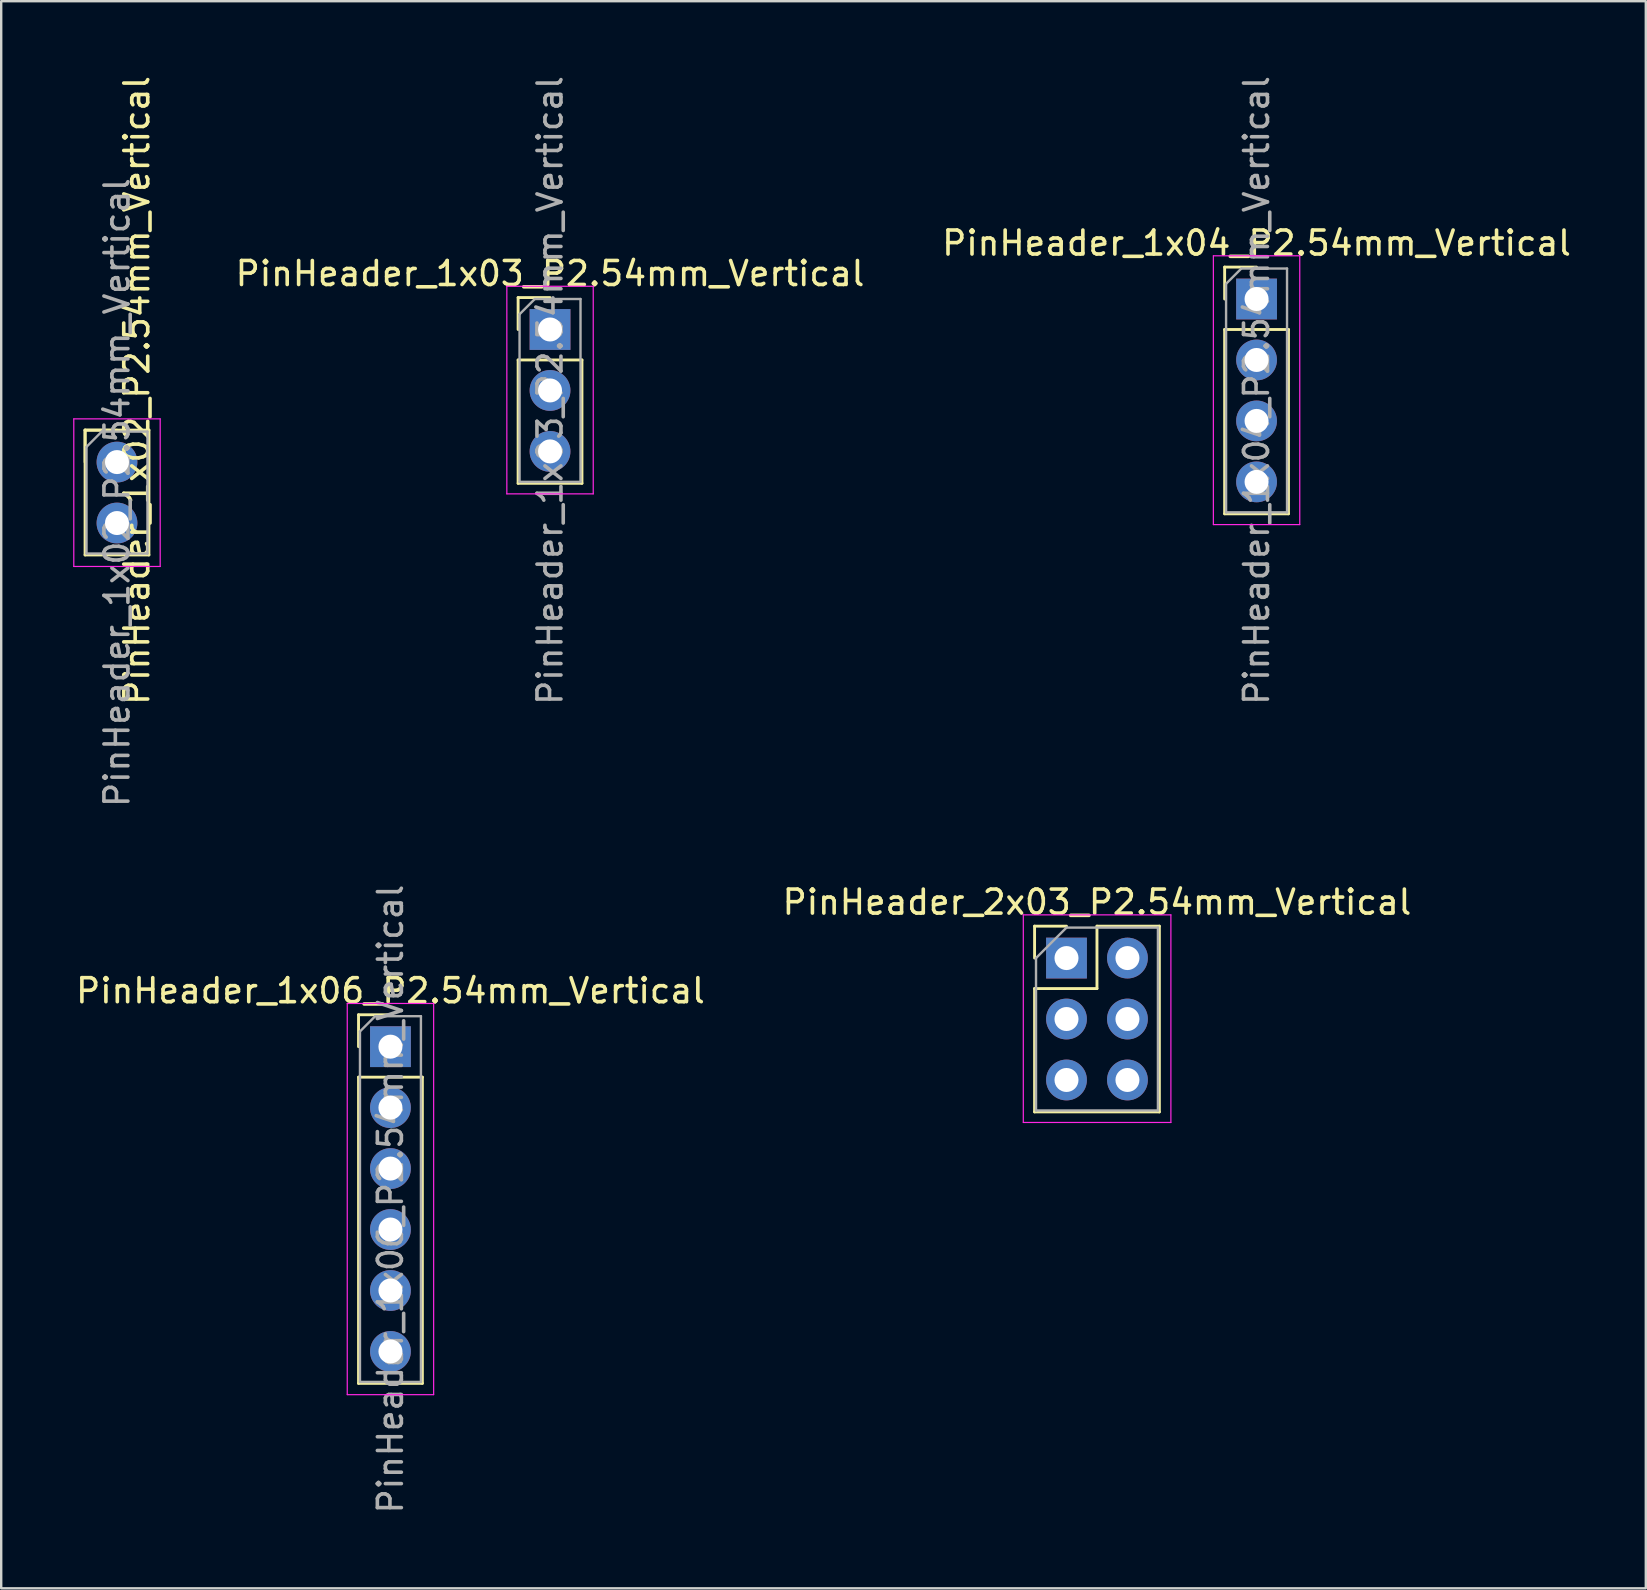
<source format=kicad_pcb>
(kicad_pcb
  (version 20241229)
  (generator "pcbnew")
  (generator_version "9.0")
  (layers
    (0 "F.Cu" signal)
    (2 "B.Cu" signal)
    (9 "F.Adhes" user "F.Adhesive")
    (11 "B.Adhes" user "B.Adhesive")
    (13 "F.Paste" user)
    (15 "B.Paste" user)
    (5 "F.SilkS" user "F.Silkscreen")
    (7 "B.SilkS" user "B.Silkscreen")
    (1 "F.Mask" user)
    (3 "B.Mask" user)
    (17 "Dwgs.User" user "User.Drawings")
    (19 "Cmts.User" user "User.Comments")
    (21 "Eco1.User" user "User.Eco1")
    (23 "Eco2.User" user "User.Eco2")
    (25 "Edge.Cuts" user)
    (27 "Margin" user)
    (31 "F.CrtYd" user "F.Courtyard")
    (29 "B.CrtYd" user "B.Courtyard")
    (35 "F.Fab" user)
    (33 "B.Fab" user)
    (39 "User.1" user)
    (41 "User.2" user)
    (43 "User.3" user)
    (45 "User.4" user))
  (footprint "PinHeader_1x02_P2.54mm_Vertical"
    (layer "F.Cu")
    (at 1.825 16.205)
    (property "Reference" "PinHeader_1x02_P2.54mm_Vertical" (at 0.826 -2.985 270) (layer "F.SilkS") (effects (font (size 1 1) (thickness 0.15))))
    (attr through_hole)
    (fp_line (start -1.33 -1.333) (end -1.33 3.87) (stroke (width 0.12) (type solid)) (layer "F.SilkS"))
    (fp_line (start -1.33 -1.333) (end 1.33 -1.333) (stroke (width 0.12) (type solid)) (layer "F.SilkS"))
    (fp_line (start -1.33 -1.33) (end 0 -1.33) (stroke (width 0.12) (type solid)) (layer "F.SilkS"))
    (fp_line (start -1.33 0) (end -1.33 -1.33) (stroke (width 0.12) (type solid)) (layer "F.SilkS"))
    (fp_line (start -1.33 3.87) (end 1.33 3.87) (stroke (width 0.12) (type solid)) (layer "F.SilkS"))
    (fp_line (start 1.333 -1.333) (end 1.33 3.87) (stroke (width 0.12) (type solid)) (layer "F.SilkS"))
    (fp_line (start -1.8 -1.8) (end -1.8 4.35) (stroke (width 0.05) (type solid)) (layer "F.CrtYd"))
    (fp_line (start -1.8 4.35) (end 1.8 4.35) (stroke (width 0.05) (type solid)) (layer "F.CrtYd"))
    (fp_line (start 1.8 -1.8) (end -1.8 -1.8) (stroke (width 0.05) (type solid)) (layer "F.CrtYd"))
    (fp_line (start 1.8 4.35) (end 1.8 -1.8) (stroke (width 0.05) (type solid)) (layer "F.CrtYd"))
    (fp_line (start -1.27 -0.635) (end -0.635 -1.27) (stroke (width 0.1) (type solid)) (layer "F.Fab"))
    (fp_line (start -1.27 3.81) (end -1.27 -0.635) (stroke (width 0.1) (type solid)) (layer "F.Fab"))
    (fp_line (start -0.635 -1.27) (end 1.27 -1.27) (stroke (width 0.1) (type solid)) (layer "F.Fab"))
    (fp_line (start 1.27 -1.27) (end 1.27 3.81) (stroke (width 0.1) (type solid)) (layer "F.Fab"))
    (fp_line (start 1.27 3.81) (end -1.27 3.81) (stroke (width 0.1) (type solid)) (layer "F.Fab"))
    (fp_text user "${REFERENCE}" (at 0 1.27 90) (layer "F.Fab") (effects (font (size 1 1) (thickness 0.15))))
    (pad "1" thru_hole circle (at 0 0) (size 1.7 1.7) (drill 1) (layers "*.Cu" "*.Mask"))
    (pad "2" thru_hole oval (at 0 2.54) (size 1.7 1.7) (drill 1) (layers "*.Cu" "*.Mask")))
  (footprint "PinHeader_2x03_P2.54mm_Vertical"
    (layer "F.Cu")
    (at 41.391 36.873)
    (property "Reference" "PinHeader_2x03_P2.54mm_Vertical" (at 1.27 -2.33 180) (layer "F.SilkS") (effects (font (size 1 1) (thickness 0.15))))
    (attr through_hole)
    (fp_line (start -1.33 -1.33) (end 0 -1.33) (stroke (width 0.12) (type solid)) (layer "F.SilkS"))
    (fp_line (start -1.33 0) (end -1.33 -1.33) (stroke (width 0.12) (type solid)) (layer "F.SilkS"))
    (fp_line (start -1.33 1.27) (end -1.33 6.41) (stroke (width 0.12) (type solid)) (layer "F.SilkS"))
    (fp_line (start -1.33 1.27) (end 1.27 1.27) (stroke (width 0.12) (type solid)) (layer "F.SilkS"))
    (fp_line (start -1.33 6.41) (end 3.87 6.41) (stroke (width 0.12) (type solid)) (layer "F.SilkS"))
    (fp_line (start 1.27 -1.33) (end 3.87 -1.33) (stroke (width 0.12) (type solid)) (layer "F.SilkS"))
    (fp_line (start 1.27 1.27) (end 1.27 -1.33) (stroke (width 0.12) (type solid)) (layer "F.SilkS"))
    (fp_line (start 3.87 -1.33) (end 3.87 6.41) (stroke (width 0.12) (type solid)) (layer "F.SilkS"))
    (fp_line (start -1.8 -1.8) (end -1.8 6.85) (stroke (width 0.05) (type solid)) (layer "F.CrtYd"))
    (fp_line (start -1.8 6.85) (end 4.35 6.85) (stroke (width 0.05) (type solid)) (layer "F.CrtYd"))
    (fp_line (start 4.35 -1.8) (end -1.8 -1.8) (stroke (width 0.05) (type solid)) (layer "F.CrtYd"))
    (fp_line (start 4.35 6.85) (end 4.35 -1.8) (stroke (width 0.05) (type solid)) (layer "F.CrtYd"))
    (fp_line (start -1.27 0) (end 0 -1.27) (stroke (width 0.1) (type solid)) (layer "F.Fab"))
    (fp_line (start -1.27 6.35) (end -1.27 0) (stroke (width 0.1) (type solid)) (layer "F.Fab"))
    (fp_line (start 0 -1.27) (end 3.81 -1.27) (stroke (width 0.1) (type solid)) (layer "F.Fab"))
    (fp_line (start 3.81 -1.27) (end 3.81 6.35) (stroke (width 0.1) (type solid)) (layer "F.Fab"))
    (fp_line (start 3.81 6.35) (end -1.27 6.35) (stroke (width 0.1) (type solid)) (layer "F.Fab"))
    (pad "1" thru_hole rect (at 0 0) (size 1.7 1.7) (drill 1) (layers "*.Cu" "*.Mask"))
    (pad "2" thru_hole oval (at 2.54 0) (size 1.7 1.7) (drill 1) (layers "*.Cu" "*.Mask"))
    (pad "3" thru_hole oval (at 0 2.54) (size 1.7 1.7) (drill 1) (layers "*.Cu" "*.Mask"))
    (pad "4" thru_hole oval (at 2.54 2.54) (size 1.7 1.7) (drill 1) (layers "*.Cu" "*.Mask"))
    (pad "5" thru_hole oval (at 0 5.08) (size 1.7 1.7) (drill 1) (layers "*.Cu" "*.Mask"))
    (pad "6" thru_hole oval (at 2.54 5.08) (size 1.7 1.7) (drill 1) (layers "*.Cu" "*.Mask")))
  (footprint "PinHeader_1x03_P2.54mm_Vertical"
    (layer "F.Cu")
    (at 19.87 10.68)
    (property "Reference" "PinHeader_1x03_P2.54mm_Vertical" (at 0 -2.33 0) (layer "F.SilkS") (effects (font (size 1 1) (thickness 0.15))))
    (attr through_hole)
    (fp_line (start -1.33 -1.33) (end 0 -1.33) (stroke (width 0.12) (type solid)) (layer "F.SilkS"))
    (fp_line (start -1.33 0) (end -1.33 -1.33) (stroke (width 0.12) (type solid)) (layer "F.SilkS"))
    (fp_line (start -1.33 1.27) (end -1.33 6.41) (stroke (width 0.12) (type solid)) (layer "F.SilkS"))
    (fp_line (start -1.33 1.27) (end 1.33 1.27) (stroke (width 0.12) (type solid)) (layer "F.SilkS"))
    (fp_line (start -1.33 6.41) (end 1.33 6.41) (stroke (width 0.12) (type solid)) (layer "F.SilkS"))
    (fp_line (start 1.33 1.27) (end 1.33 6.41) (stroke (width 0.12) (type solid)) (layer "F.SilkS"))
    (fp_line (start -1.8 -1.8) (end -1.8 6.85) (stroke (width 0.05) (type solid)) (layer "F.CrtYd"))
    (fp_line (start -1.8 6.85) (end 1.8 6.85) (stroke (width 0.05) (type solid)) (layer "F.CrtYd"))
    (fp_line (start 1.8 -1.8) (end -1.8 -1.8) (stroke (width 0.05) (type solid)) (layer "F.CrtYd"))
    (fp_line (start 1.8 6.85) (end 1.8 -1.8) (stroke (width 0.05) (type solid)) (layer "F.CrtYd"))
    (fp_line (start -1.27 -0.635) (end -0.635 -1.27) (stroke (width 0.1) (type solid)) (layer "F.Fab"))
    (fp_line (start -1.27 6.35) (end -1.27 -0.635) (stroke (width 0.1) (type solid)) (layer "F.Fab"))
    (fp_line (start -0.635 -1.27) (end 1.27 -1.27) (stroke (width 0.1) (type solid)) (layer "F.Fab"))
    (fp_line (start 1.27 -1.27) (end 1.27 6.35) (stroke (width 0.1) (type solid)) (layer "F.Fab"))
    (fp_line (start 1.27 6.35) (end -1.27 6.35) (stroke (width 0.1) (type solid)) (layer "F.Fab"))
    (fp_text user "${REFERENCE}" (at 0 2.54 90) (layer "F.Fab") (effects (font (size 1 1) (thickness 0.15))))
    (pad "1" thru_hole rect (at 0 0) (size 1.7 1.7) (drill 1) (layers "*.Cu" "*.Mask"))
    (pad "2" thru_hole oval (at 0 2.54) (size 1.7 1.7) (drill 1) (layers "*.Cu" "*.Mask"))
    (pad "3" thru_hole oval (at 0 5.08) (size 1.7 1.7) (drill 1) (layers "*.Cu" "*.Mask")))
  (footprint "PinHeader_1x06_P2.54mm_Vertical"
    (layer "F.Cu")
    (at 13.22 40.565)
    (property "Reference" "PinHeader_1x06_P2.54mm_Vertical" (at 0 -2.33 0) (layer "F.SilkS") (effects (font (size 1 1) (thickness 0.15))))
    (attr through_hole)
    (fp_line (start -1.33 -1.33) (end 0 -1.33) (stroke (width 0.12) (type solid)) (layer "F.SilkS"))
    (fp_line (start -1.33 0) (end -1.33 -1.33) (stroke (width 0.12) (type solid)) (layer "F.SilkS"))
    (fp_line (start -1.33 1.27) (end -1.33 14.03) (stroke (width 0.12) (type solid)) (layer "F.SilkS"))
    (fp_line (start -1.33 1.27) (end 1.33 1.27) (stroke (width 0.12) (type solid)) (layer "F.SilkS"))
    (fp_line (start -1.33 14.03) (end 1.33 14.03) (stroke (width 0.12) (type solid)) (layer "F.SilkS"))
    (fp_line (start 1.33 1.27) (end 1.33 14.03) (stroke (width 0.12) (type solid)) (layer "F.SilkS"))
    (fp_line (start -1.8 -1.8) (end -1.8 14.5) (stroke (width 0.05) (type solid)) (layer "F.CrtYd"))
    (fp_line (start -1.8 14.5) (end 1.8 14.5) (stroke (width 0.05) (type solid)) (layer "F.CrtYd"))
    (fp_line (start 1.8 -1.8) (end -1.8 -1.8) (stroke (width 0.05) (type solid)) (layer "F.CrtYd"))
    (fp_line (start 1.8 14.5) (end 1.8 -1.8) (stroke (width 0.05) (type solid)) (layer "F.CrtYd"))
    (fp_line (start -1.27 -0.635) (end -0.635 -1.27) (stroke (width 0.1) (type solid)) (layer "F.Fab"))
    (fp_line (start -1.27 13.97) (end -1.27 -0.635) (stroke (width 0.1) (type solid)) (layer "F.Fab"))
    (fp_line (start -0.635 -1.27) (end 1.27 -1.27) (stroke (width 0.1) (type solid)) (layer "F.Fab"))
    (fp_line (start 1.27 -1.27) (end 1.27 13.97) (stroke (width 0.1) (type solid)) (layer "F.Fab"))
    (fp_line (start 1.27 13.97) (end -1.27 13.97) (stroke (width 0.1) (type solid)) (layer "F.Fab"))
    (fp_text user "${REFERENCE}" (at 0 6.35 90) (layer "F.Fab") (effects (font (size 1 1) (thickness 0.15))))
    (pad "1" thru_hole rect (at 0 0) (size 1.7 1.7) (drill 1) (layers "*.Cu" "*.Mask"))
    (pad "2" thru_hole oval (at 0 2.54) (size 1.7 1.7) (drill 1) (layers "*.Cu" "*.Mask"))
    (pad "3" thru_hole oval (at 0 5.08) (size 1.7 1.7) (drill 1) (layers "*.Cu" "*.Mask"))
    (pad "4" thru_hole oval (at 0 7.62) (size 1.7 1.7) (drill 1) (layers "*.Cu" "*.Mask"))
    (pad "5" thru_hole oval (at 0 10.16) (size 1.7 1.7) (drill 1) (layers "*.Cu" "*.Mask"))
    (pad "6" thru_hole oval (at 0 12.7) (size 1.7 1.7) (drill 1) (layers "*.Cu" "*.Mask")))
  (footprint "PinHeader_1x04_P2.54mm_Vertical"
    (layer "F.Cu")
    (at 49.311 9.41)
    (property "Reference" "PinHeader_1x04_P2.54mm_Vertical" (at 0 -2.33 180) (layer "F.SilkS") (effects (font (size 1 1) (thickness 0.15))))
    (attr through_hole)
    (fp_line (start -1.33 -1.33) (end 0 -1.33) (stroke (width 0.12) (type solid)) (layer "F.SilkS"))
    (fp_line (start -1.33 0) (end -1.33 -1.33) (stroke (width 0.12) (type solid)) (layer "F.SilkS"))
    (fp_line (start -1.33 1.27) (end -1.33 8.95) (stroke (width 0.12) (type solid)) (layer "F.SilkS"))
    (fp_line (start -1.33 1.27) (end 1.33 1.27) (stroke (width 0.12) (type solid)) (layer "F.SilkS"))
    (fp_line (start -1.33 8.95) (end 1.33 8.95) (stroke (width 0.12) (type solid)) (layer "F.SilkS"))
    (fp_line (start 1.33 1.27) (end 1.33 8.95) (stroke (width 0.12) (type solid)) (layer "F.SilkS"))
    (fp_line (start -1.8 -1.8) (end -1.8 9.4) (stroke (width 0.05) (type solid)) (layer "F.CrtYd"))
    (fp_line (start -1.8 9.4) (end 1.8 9.4) (stroke (width 0.05) (type solid)) (layer "F.CrtYd"))
    (fp_line (start 1.8 -1.8) (end -1.8 -1.8) (stroke (width 0.05) (type solid)) (layer "F.CrtYd"))
    (fp_line (start 1.8 9.4) (end 1.8 -1.8) (stroke (width 0.05) (type solid)) (layer "F.CrtYd"))
    (fp_line (start -1.27 -0.635) (end -0.635 -1.27) (stroke (width 0.1) (type solid)) (layer "F.Fab"))
    (fp_line (start -1.27 8.89) (end -1.27 -0.635) (stroke (width 0.1) (type solid)) (layer "F.Fab"))
    (fp_line (start -0.635 -1.27) (end 1.27 -1.27) (stroke (width 0.1) (type solid)) (layer "F.Fab"))
    (fp_line (start 1.27 -1.27) (end 1.27 8.89) (stroke (width 0.1) (type solid)) (layer "F.Fab"))
    (fp_line (start 1.27 8.89) (end -1.27 8.89) (stroke (width 0.1) (type solid)) (layer "F.Fab"))
    (fp_text user "${REFERENCE}" (at 0 3.81 270) (layer "F.Fab") (effects (font (size 1 1) (thickness 0.15))))
    (pad "1" thru_hole rect (at 0 0) (size 1.7 1.7) (drill 1) (layers "*.Cu" "*.Mask"))
    (pad "2" thru_hole oval (at 0 2.54) (size 1.7 1.7) (drill 1) (layers "*.Cu" "*.Mask"))
    (pad "3" thru_hole oval (at 0 5.08) (size 1.7 1.7) (drill 1) (layers "*.Cu" "*.Mask"))
    (pad "4" thru_hole oval (at 0 7.62) (size 1.7 1.7) (drill 1) (layers "*.Cu" "*.Mask")))
  (gr_rect
    (start -3 -3)
    (end 65.531 63.135)
    (stroke (width 0.1) (type default))
    (fill no)
    (layer "Edge.Cuts")))
</source>
